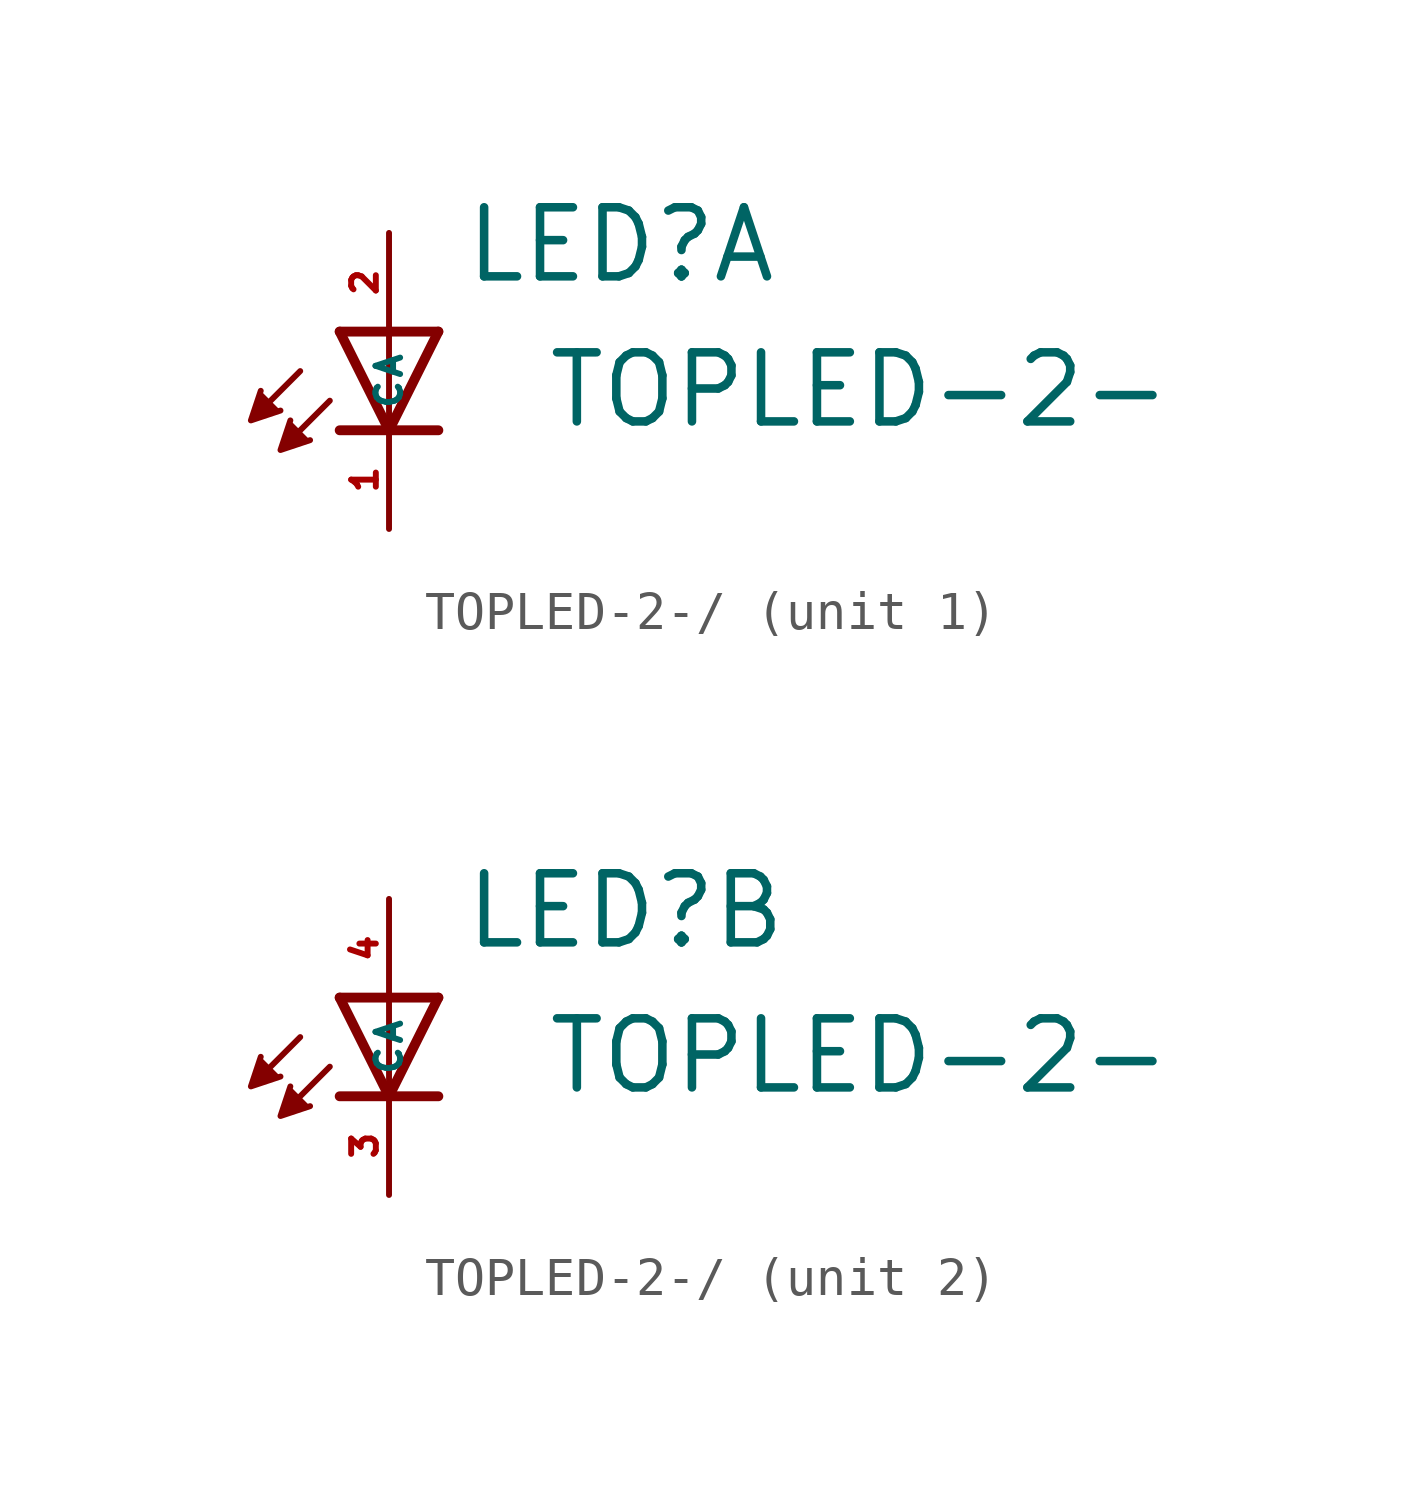
<source format=kicad_sym>
(kicad_symbol_lib
  (version 20220914)
  (generator kicad_symbol_editor)
  (symbol "TOPLED-2-/"
    (property "Reference" "LED"
      (at 1.88 1.194 0)
      (effects (font (size 1.778 1.778) (thickness 0.22)) (justify left bottom)))
    (property "Value" "TOPLED-2-"
      (at 4.013 -2.54 0)
      (effects (font (size 1.778 1.778) (thickness 0.22)) (justify left bottom)))
    (symbol "TOPLED-2-/_1_0"
      (polyline (pts (xy -2.286 -1.016) (xy -3.175 -1.905)) (stroke (width 0.152) (type default)) (fill (type none)))
      (polyline (pts (xy -1.524 -1.778) (xy -2.413 -2.667)) (stroke (width 0.152) (type default)) (fill (type none)))
      (polyline (pts (xy 0 -2.54) (xy -1.27 -2.54)) (stroke (width 0.254) (type default)) (fill (type none)))
      (polyline (pts (xy 0 -2.54) (xy -1.27 0)) (stroke (width 0.254) (type default)) (fill (type none)))
      (polyline (pts (xy 0 0) (xy -1.27 0)) (stroke (width 0.254) (type default)) (fill (type none)))
      (polyline (pts (xy 0 0) (xy 0 -2.54)) (stroke (width 0.152) (type default)) (fill (type none)))
      (polyline (pts (xy 1.27 -2.54) (xy 0 -2.54)) (stroke (width 0.254) (type default)) (fill (type none)))
      (polyline (pts (xy 1.27 0) (xy 0 -2.54)) (stroke (width 0.254) (type default)) (fill (type none)))
      (polyline (pts (xy 1.27 0) (xy 0 0)) (stroke (width 0.254) (type default)) (fill (type none)))
      (polyline (pts (xy -3.302 -1.524) (xy -3.556 -2.286) (xy -2.794 -2.032)) (stroke (width 0.152) (type default)) (fill (type outline)))
      (polyline (pts (xy -2.54 -2.286) (xy -2.794 -3.048) (xy -2.032 -2.794)) (stroke (width 0.152) (type default)) (fill (type outline)))
      (pin passive line (at 0 -5.08 90) (length 2.54) (name "C" (effects (font (size 0.635 0.635)))) (number "1" (effects (font (size 0.635 0.635)))))
      (pin passive line (at 0 2.54 270) (length 2.54) (name "A" (effects (font (size 0.635 0.635)))) (number "2" (effects (font (size 0.635 0.635))))))
    (symbol "TOPLED-2-/_2_0"
      (polyline (pts (xy -2.286 -1.016) (xy -3.175 -1.905)) (stroke (width 0.152) (type default)) (fill (type none)))
      (polyline (pts (xy -1.524 -1.778) (xy -2.413 -2.667)) (stroke (width 0.152) (type default)) (fill (type none)))
      (polyline (pts (xy 0 -2.54) (xy -1.27 -2.54)) (stroke (width 0.254) (type default)) (fill (type none)))
      (polyline (pts (xy 0 -2.54) (xy -1.27 0)) (stroke (width 0.254) (type default)) (fill (type none)))
      (polyline (pts (xy 0 0) (xy -1.27 0)) (stroke (width 0.254) (type default)) (fill (type none)))
      (polyline (pts (xy 0 0) (xy 0 -2.54)) (stroke (width 0.152) (type default)) (fill (type none)))
      (polyline (pts (xy 1.27 -2.54) (xy 0 -2.54)) (stroke (width 0.254) (type default)) (fill (type none)))
      (polyline (pts (xy 1.27 0) (xy 0 -2.54)) (stroke (width 0.254) (type default)) (fill (type none)))
      (polyline (pts (xy 1.27 0) (xy 0 0)) (stroke (width 0.254) (type default)) (fill (type none)))
      (polyline (pts (xy -3.302 -1.524) (xy -3.556 -2.286) (xy -2.794 -2.032)) (stroke (width 0.152) (type default)) (fill (type outline)))
      (polyline (pts (xy -2.54 -2.286) (xy -2.794 -3.048) (xy -2.032 -2.794)) (stroke (width 0.152) (type default)) (fill (type outline)))
      (pin passive line (at 0 -5.08 90) (length 2.54) (name "C" (effects (font (size 0.635 0.635)))) (number "3" (effects (font (size 0.635 0.635)))))
      (pin passive line (at 0 2.54 270) (length 2.54) (name "A" (effects (font (size 0.635 0.635)))) (number "4" (effects (font (size 0.635 0.635))))))))
</source>
